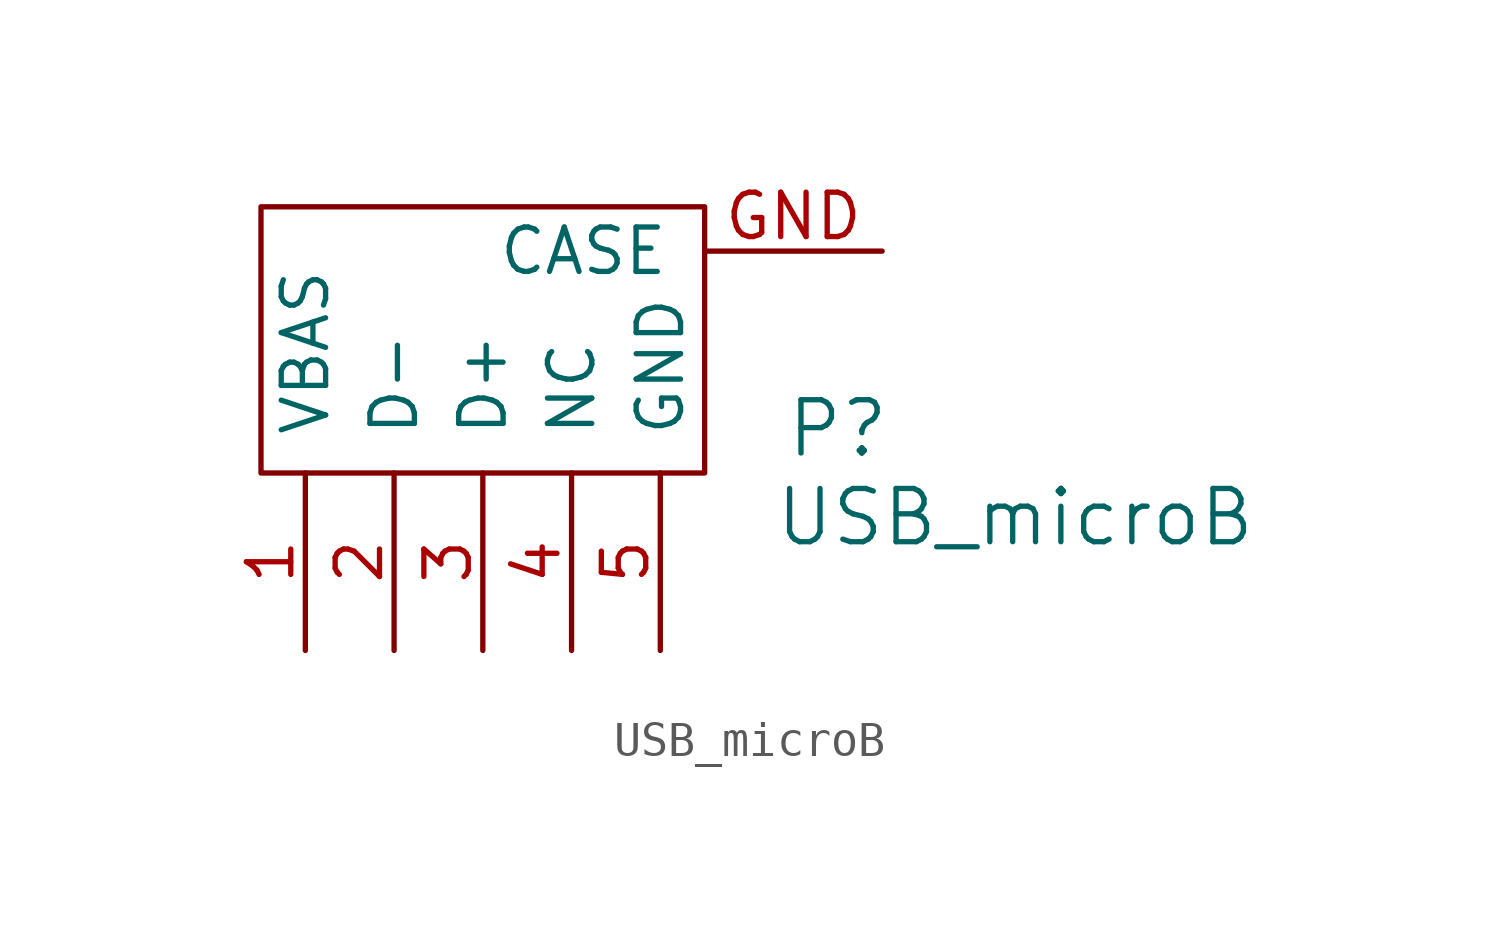
<source format=kicad_sym>
(kicad_symbol_lib
  (version 20220914)
  (generator kicad_symbol_editor)
  (symbol "USB_microB"
    (pin_names
      (offset 1.016))
    (property "Reference" "P"
      (at 10.16 -2.54 0)
      (effects (font (size 1.524 1.524))))
    (property "Value" "USB_microB"
      (at 15.24 -5.08 0)
      (effects (font (size 1.524 1.524))))
    (property "Footprint" ""
      (at 2.54 -8.89 0)
      (effects (font (size 1.524 1.524))))
    (property "Datasheet" ""
      (at 2.54 -8.89 0)
      (effects (font (size 1.524 1.524))))
    (symbol "USB_microB_0_1"
      (rectangle (start 6.35 -3.81) (end -6.35 3.81) (stroke (width 0) (type solid)) (fill (type none))))
    (symbol "USB_microB_1_1"
      (pin power_out line (at -5.08 -8.89 90) (length 5.08) (name "VBAS" (effects (font (size 1.27 1.27)))) (number "1" (effects (font (size 1.27 1.27)))))
      (pin bidirectional line (at -2.54 -8.89 90) (length 5.08) (name "D-" (effects (font (size 1.27 1.27)))) (number "2" (effects (font (size 1.27 1.27)))))
      (pin bidirectional line (at 0 -8.89 90) (length 5.08) (name "D+" (effects (font (size 1.27 1.27)))) (number "3" (effects (font (size 1.27 1.27)))))
      (pin unspecified line (at 2.54 -8.89 90) (length 5.08) (name "NC" (effects (font (size 1.27 1.27)))) (number "4" (effects (font (size 1.27 1.27)))))
      (pin power_in line (at 5.08 -8.89 90) (length 5.08) (name "GND" (effects (font (size 1.27 1.27)))) (number "5" (effects (font (size 1.27 1.27)))))
      (pin unspecified line (at 11.43 2.54 180) (length 5.08) (name "CASE" (effects (font (size 1.27 1.27)))) (number "GND" (effects (font (size 1.27 1.27))))))))
</source>
